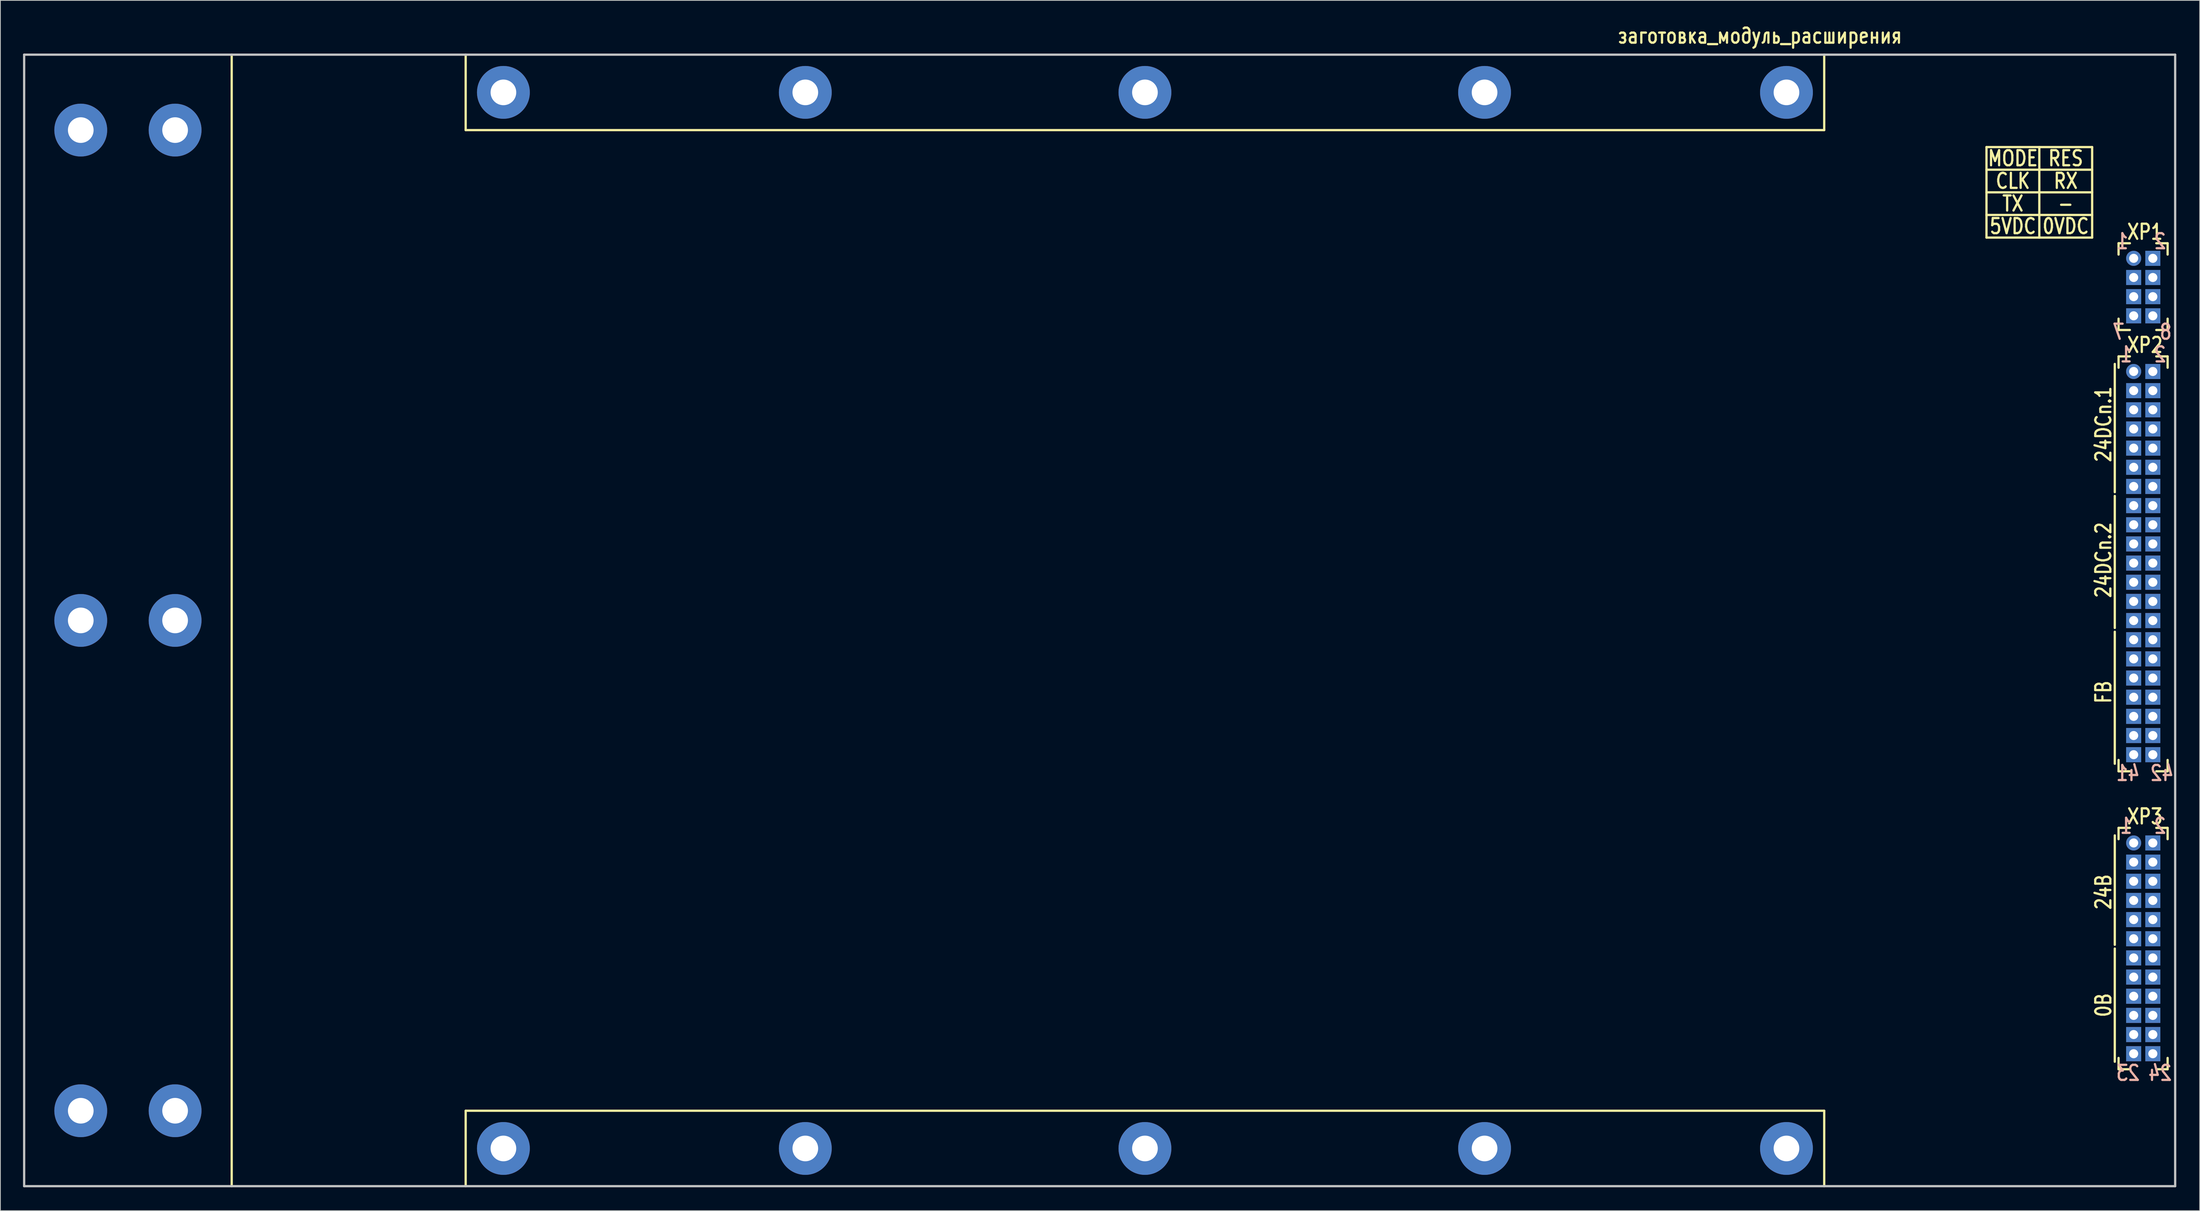
<source format=kicad_pcb>
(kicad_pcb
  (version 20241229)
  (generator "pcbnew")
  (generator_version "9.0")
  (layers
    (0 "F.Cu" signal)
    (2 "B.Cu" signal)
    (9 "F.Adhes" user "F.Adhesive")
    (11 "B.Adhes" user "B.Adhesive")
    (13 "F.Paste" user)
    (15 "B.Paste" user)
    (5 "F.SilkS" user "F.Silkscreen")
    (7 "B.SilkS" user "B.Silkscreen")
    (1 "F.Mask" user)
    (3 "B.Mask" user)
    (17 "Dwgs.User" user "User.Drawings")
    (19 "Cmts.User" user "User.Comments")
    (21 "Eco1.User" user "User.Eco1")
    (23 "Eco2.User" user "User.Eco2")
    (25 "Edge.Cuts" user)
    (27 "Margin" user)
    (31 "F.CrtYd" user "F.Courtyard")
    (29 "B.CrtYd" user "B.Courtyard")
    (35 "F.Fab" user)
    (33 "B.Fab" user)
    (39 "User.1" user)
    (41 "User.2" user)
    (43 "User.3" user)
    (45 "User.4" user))
  (footprint "заготовка_модуль_расширения"
    (layer "F.Cu")
    (at 285.15 154.196)
    (property "Reference" "заготовка_модуль_расширения" (at -55 -152.5 0) (layer "F.SilkS") (effects (font (size 2 1.6) (thickness 0.3))))
    (attr through_hole)
    (fp_line (start -257.5 -150) (end -257.5 0) (stroke (width 0.3) (type solid)) (layer "F.SilkS"))
    (fp_line (start -226.5 -150) (end -226.5 -140) (stroke (width 0.3) (type solid)) (layer "F.SilkS"))
    (fp_line (start -226.5 -140) (end -46.5 -140) (stroke (width 0.3) (type solid)) (layer "F.SilkS"))
    (fp_line (start -226.5 -10) (end -226.5 0) (stroke (width 0.3) (type solid)) (layer "F.SilkS"))
    (fp_line (start -46.5 -140) (end -46.5 -150) (stroke (width 0.3) (type solid)) (layer "F.SilkS"))
    (fp_line (start -46.5 -10) (end -226.5 -10) (stroke (width 0.3) (type solid)) (layer "F.SilkS"))
    (fp_line (start -46.5 0) (end -46.5 -10) (stroke (width 0.3) (type solid)) (layer "F.SilkS"))
    (fp_line (start -25 -137.75) (end -25 -125.75) (stroke (width 0.3) (type solid)) (layer "F.SilkS"))
    (fp_line (start -25 -137.75) (end -11 -137.75) (stroke (width 0.3) (type solid)) (layer "F.SilkS"))
    (fp_line (start -25 -134.75) (end -11 -134.75) (stroke (width 0.3) (type solid)) (layer "F.SilkS"))
    (fp_line (start -25 -131.75) (end -11 -131.75) (stroke (width 0.3) (type solid)) (layer "F.SilkS"))
    (fp_line (start -25 -128.75) (end -11 -128.75) (stroke (width 0.3) (type solid)) (layer "F.SilkS"))
    (fp_line (start -25 -125.75) (end -11 -125.75) (stroke (width 0.3) (type solid)) (layer "F.SilkS"))
    (fp_line (start -18 -137.75) (end -18 -125.75) (stroke (width 0.3) (type solid)) (layer "F.SilkS"))
    (fp_line (start -11 -137.75) (end -11 -125.75) (stroke (width 0.3) (type solid)) (layer "F.SilkS"))
    (fp_line (start -8 -109) (end -8 -92) (stroke (width 0.3) (type solid)) (layer "F.SilkS"))
    (fp_line (start -8 -91.5) (end -8 -74) (stroke (width 0.3) (type solid)) (layer "F.SilkS"))
    (fp_line (start -8 -73.5) (end -8 -56) (stroke (width 0.3) (type solid)) (layer "F.SilkS"))
    (fp_line (start -8 -46.5) (end -8 -32) (stroke (width 0.3) (type solid)) (layer "F.SilkS"))
    (fp_line (start -8 -31.5) (end -8 -16.5) (stroke (width 0.3) (type solid)) (layer "F.SilkS"))
    (fp_line (start -7.5 -125) (end -6 -125) (stroke (width 0.3) (type solid)) (layer "F.SilkS"))
    (fp_line (start -7.5 -123.5) (end -7.5 -125) (stroke (width 0.3) (type solid)) (layer "F.SilkS"))
    (fp_line (start -7.5 -113.5) (end -7.5 -115) (stroke (width 0.3) (type solid)) (layer "F.SilkS"))
    (fp_line (start -7.5 -110) (end -6 -110) (stroke (width 0.3) (type solid)) (layer "F.SilkS"))
    (fp_line (start -7.5 -108.5) (end -7.5 -110) (stroke (width 0.3) (type solid)) (layer "F.SilkS"))
    (fp_line (start -7.5 -55) (end -7.5 -56.5) (stroke (width 0.3) (type solid)) (layer "F.SilkS"))
    (fp_line (start -7.5 -47.5) (end -6 -47.5) (stroke (width 0.3) (type solid)) (layer "F.SilkS"))
    (fp_line (start -7.5 -46) (end -7.5 -47.5) (stroke (width 0.3) (type solid)) (layer "F.SilkS"))
    (fp_line (start -7.5 -15.5) (end -7.5 -17) (stroke (width 0.3) (type solid)) (layer "F.SilkS"))
    (fp_line (start -6 -113.5) (end -7.5 -113.5) (stroke (width 0.3) (type solid)) (layer "F.SilkS"))
    (fp_line (start -6 -55) (end -7.5 -55) (stroke (width 0.3) (type solid)) (layer "F.SilkS"))
    (fp_line (start -6 -15.5) (end -7.5 -15.5) (stroke (width 0.3) (type solid)) (layer "F.SilkS"))
    (fp_line (start -2.5 -125) (end -1 -125) (stroke (width 0.3) (type solid)) (layer "F.SilkS"))
    (fp_line (start -2.5 -113.5) (end -1 -113.5) (stroke (width 0.3) (type solid)) (layer "F.SilkS"))
    (fp_line (start -2.5 -110) (end -1 -110) (stroke (width 0.3) (type solid)) (layer "F.SilkS"))
    (fp_line (start -2.5 -47.5) (end -1 -47.5) (stroke (width 0.3) (type solid)) (layer "F.SilkS"))
    (fp_line (start -1 -123.5) (end -1 -125) (stroke (width 0.3) (type solid)) (layer "F.SilkS"))
    (fp_line (start -1 -113.5) (end -1 -115) (stroke (width 0.3) (type solid)) (layer "F.SilkS"))
    (fp_line (start -1 -108.5) (end -1 -110) (stroke (width 0.3) (type solid)) (layer "F.SilkS"))
    (fp_line (start -1 -56.5) (end -1 -55) (stroke (width 0.3) (type solid)) (layer "F.SilkS"))
    (fp_line (start -1 -55) (end -2.5 -55) (stroke (width 0.3) (type solid)) (layer "F.SilkS"))
    (fp_line (start -1 -46) (end -1 -47.5) (stroke (width 0.3) (type solid)) (layer "F.SilkS"))
    (fp_line (start -1 -17) (end -1 -15.5) (stroke (width 0.3) (type solid)) (layer "F.SilkS"))
    (fp_line (start -1 -15.5) (end -2.5 -15.5) (stroke (width 0.3) (type solid)) (layer "F.SilkS"))
    (fp_line (start -285 0) (end -285 -150) (stroke (width 0.3) (type solid)) (layer "Dwgs.User"))
    (fp_line (start -285 0) (end 0 0) (stroke (width 0.3) (type solid)) (layer "Dwgs.User"))
    (fp_line (start 0 -150) (end -285 -150) (stroke (width 0.3) (type solid)) (layer "Dwgs.User"))
    (fp_line (start 0 -150) (end 0 0) (stroke (width 0.3) (type solid)) (layer "Dwgs.User"))
    (fp_text user "24DCn.2" (at -9.5 -83 90) (layer "F.SilkS") (effects (font (size 2 1.6) (thickness 0.3))))
    (fp_text user "RES" (at -14.5 -136.25 0) (layer "F.SilkS") (effects (font (size 2 1.6) (thickness 0.3))))
    (fp_text user "0В" (at -9.5 -24 90) (layer "F.SilkS") (effects (font (size 2 1.6) (thickness 0.3))))
    (fp_text user "XP1" (at -4 -126.5 0) (layer "F.SilkS") (effects (font (size 2 1.6) (thickness 0.3))))
    (fp_text user "0VDC" (at -14.5 -127.25 0) (layer "F.SilkS") (effects (font (size 2 1.6) (thickness 0.3))))
    (fp_text user "XP2" (at -4 -111.5 0) (layer "F.SilkS") (effects (font (size 2 1.6) (thickness 0.3))))
    (fp_text user "-" (at -14.5 -130.25 0) (layer "F.SilkS") (effects (font (size 2 1.6) (thickness 0.3))))
    (fp_text user "TX" (at -21.5 -130.25 0) (layer "F.SilkS") (effects (font (size 2 1.6) (thickness 0.3))))
    (fp_text user "24В" (at -9.5 -39 90) (layer "F.SilkS") (effects (font (size 2 1.6) (thickness 0.3))))
    (fp_text user "RX" (at -14.5 -133.25 0) (layer "F.SilkS") (effects (font (size 2 1.6) (thickness 0.3))))
    (fp_text user "MODE" (at -21.5 -136.25 0) (layer "F.SilkS") (effects (font (size 2 1.6) (thickness 0.3))))
    (fp_text user "XP3" (at -4 -49 0) (layer "F.SilkS") (effects (font (size 2 1.6) (thickness 0.3))))
    (fp_text user "FB" (at -9.5 -65.5 90) (layer "F.SilkS") (effects (font (size 2 1.6) (thickness 0.3))))
    (fp_text user "CLK" (at -21.5 -133.25 0) (layer "F.SilkS") (effects (font (size 2 1.6) (thickness 0.3))))
    (fp_text user "5VDC" (at -21.5 -127.25 0) (layer "F.SilkS") (effects (font (size 2 1.6) (thickness 0.3))))
    (fp_text user "24DCn.1" (at -9.5 -101 90) (layer "F.SilkS") (effects (font (size 2 1.6) (thickness 0.3))))
    (fp_text user "1" (at -6.5 -47.75 0) (layer "B.SilkS") (effects (font (size 2 1.6) (thickness 0.3)) (justify mirror)))
    (fp_text user "42" (at -1.75 -54.75 0) (layer "B.SilkS") (effects (font (size 2 1.6) (thickness 0.3)) (justify mirror)))
    (fp_text user "1" (at -6.5 -110.25 0) (layer "B.SilkS") (effects (font (size 2 1.6) (thickness 0.3)) (justify mirror)))
    (fp_text user "2" (at -2 -125.25 0) (layer "B.SilkS") (effects (font (size 2 1.6) (thickness 0.3)) (justify mirror)))
    (fp_text user "7" (at -7.5 -113.25 0) (layer "B.SilkS") (effects (font (size 2 1.6) (thickness 0.3)) (justify mirror)))
    (fp_text user "2" (at -2 -47.75 0) (layer "B.SilkS") (effects (font (size 2 1.6) (thickness 0.3)) (justify mirror)))
    (fp_text user "2" (at -2 -110.25 0) (layer "B.SilkS") (effects (font (size 2 1.6) (thickness 0.3)) (justify mirror)))
    (fp_text user "41" (at -6.25 -54.75 0) (layer "B.SilkS") (effects (font (size 2 1.6) (thickness 0.3)) (justify mirror)))
    (fp_text user "1" (at -7 -125.25 0) (layer "B.SilkS") (effects (font (size 2 1.6) (thickness 0.3)) (justify mirror)))
    (fp_text user "8" (at -1.25 -113.25 0) (layer "B.SilkS") (effects (font (size 2 1.6) (thickness 0.3)) (justify mirror)))
    (fp_text user "24" (at -2 -15 0) (layer "B.SilkS") (effects (font (size 2 1.6) (thickness 0.3)) (justify mirror)))
    (fp_text user "23" (at -6.25 -15 0) (layer "B.SilkS") (effects (font (size 2 1.6) (thickness 0.3)) (justify mirror)))
    (pad "" thru_hole circle (at -277.5 -140) (size 7 7) (drill 3.4) (layers "*.Cu" "*.Mask"))
    (pad "" thru_hole circle (at -277.5 -75) (size 7 7) (drill 3.4) (layers "*.Cu" "*.Mask"))
    (pad "" thru_hole circle (at -277.5 -10) (size 7 7) (drill 3.4) (layers "*.Cu" "*.Mask"))
    (pad "" thru_hole circle (at -265 -140) (size 7 7) (drill 3.4) (layers "*.Cu" "*.Mask"))
    (pad "" thru_hole circle (at -265 -75) (size 7 7) (drill 3.4) (layers "*.Cu" "*.Mask"))
    (pad "" thru_hole circle (at -265 -10) (size 7 7) (drill 3.4) (layers "*.Cu" "*.Mask"))
    (pad "" thru_hole circle (at -221.5 -145) (size 7 7) (drill 3.4) (layers "*.Cu" "*.Mask"))
    (pad "" thru_hole circle (at -221.5 -5) (size 7 7) (drill 3.4) (layers "*.Cu" "*.Mask"))
    (pad "" thru_hole circle (at -181.5 -145) (size 7 7) (drill 3.4) (layers "*.Cu" "*.Mask"))
    (pad "" thru_hole circle (at -181.5 -5) (size 7 7) (drill 3.4) (layers "*.Cu" "*.Mask"))
    (pad "" thru_hole circle (at -136.5 -145) (size 7 7) (drill 3.4) (layers "*.Cu" "*.Mask"))
    (pad "" thru_hole circle (at -136.5 -5) (size 7 7) (drill 3.4) (layers "*.Cu" "*.Mask"))
    (pad "" thru_hole circle (at -91.5 -145) (size 7 7) (drill 3.4) (layers "*.Cu" "*.Mask"))
    (pad "" thru_hole circle (at -91.5 -5) (size 7 7) (drill 3.4) (layers "*.Cu" "*.Mask"))
    (pad "" thru_hole circle (at -51.5 -145) (size 7 7) (drill 3.4) (layers "*.Cu" "*.Mask"))
    (pad "" thru_hole circle (at -51.5 -5) (size 7 7) (drill 3.4) (layers "*.Cu" "*.Mask"))
    (pad "1" thru_hole circle (at -5.5 -123) (size 2 2) (drill 1.2) (layers "*.Cu" "*.Mask"))
    (pad "2" thru_hole rect (at -2.96 -123) (size 2 2) (drill 1.2) (layers "*.Cu" "*.Mask"))
    (pad "3" thru_hole rect (at -5.5 -120.46) (size 2 2) (drill 1.2) (layers "*.Cu" "*.Mask"))
    (pad "4" thru_hole rect (at -2.96 -120.46) (size 2 2) (drill 1.2) (layers "*.Cu" "*.Mask"))
    (pad "5" thru_hole rect (at -5.5 -117.92) (size 2 2) (drill 1.2) (layers "*.Cu" "*.Mask"))
    (pad "6" thru_hole rect (at -2.96 -117.92) (size 2 2) (drill 1.2) (layers "*.Cu" "*.Mask"))
    (pad "7" thru_hole rect (at -5.5 -115.38) (size 2 2) (drill 1.2) (layers "*.Cu" "*.Mask"))
    (pad "8" thru_hole rect (at -2.96 -115.38) (size 2 2) (drill 1.2) (layers "*.Cu" "*.Mask"))
    (pad "9" thru_hole circle (at -5.5 -108) (size 2 2) (drill 1.2) (layers "*.Cu" "*.Mask"))
    (pad "10" thru_hole rect (at -2.96 -108) (size 2 2) (drill 1.2) (layers "*.Cu" "*.Mask"))
    (pad "11" thru_hole rect (at -5.5 -105.46) (size 2 2) (drill 1.2) (layers "*.Cu" "*.Mask"))
    (pad "12" thru_hole rect (at -2.96 -105.46) (size 2 2) (drill 1.2) (layers "*.Cu" "*.Mask"))
    (pad "13" thru_hole rect (at -5.5 -102.92) (size 2 2) (drill 1.2) (layers "*.Cu" "*.Mask"))
    (pad "14" thru_hole rect (at -2.96 -102.92) (size 2 2) (drill 1.2) (layers "*.Cu" "*.Mask"))
    (pad "15" thru_hole rect (at -5.5 -100.38) (size 2 2) (drill 1.2) (layers "*.Cu" "*.Mask"))
    (pad "16" thru_hole rect (at -2.96 -100.38) (size 2 2) (drill 1.2) (layers "*.Cu" "*.Mask"))
    (pad "17" thru_hole rect (at -5.5 -97.84) (size 2 2) (drill 1.2) (layers "*.Cu" "*.Mask"))
    (pad "18" thru_hole rect (at -2.96 -97.84) (size 2 2) (drill 1.2) (layers "*.Cu" "*.Mask"))
    (pad "19" thru_hole rect (at -5.5 -95.3) (size 2 2) (drill 1.2) (layers "*.Cu" "*.Mask"))
    (pad "20" thru_hole rect (at -2.96 -95.3) (size 2 2) (drill 1.2) (layers "*.Cu" "*.Mask"))
    (pad "21" thru_hole rect (at -5.5 -92.76) (size 2 2) (drill 1.2) (layers "*.Cu" "*.Mask"))
    (pad "22" thru_hole rect (at -2.96 -92.76) (size 2 2) (drill 1.2) (layers "*.Cu" "*.Mask"))
    (pad "23" thru_hole rect (at -5.5 -90.22) (size 2 2) (drill 1.2) (layers "*.Cu" "*.Mask"))
    (pad "24" thru_hole rect (at -2.96 -90.22) (size 2 2) (drill 1.2) (layers "*.Cu" "*.Mask"))
    (pad "25" thru_hole rect (at -5.5 -87.68) (size 2 2) (drill 1.2) (layers "*.Cu" "*.Mask"))
    (pad "26" thru_hole rect (at -2.96 -87.68) (size 2 2) (drill 1.2) (layers "*.Cu" "*.Mask"))
    (pad "27" thru_hole rect (at -5.5 -85.14) (size 2 2) (drill 1.2) (layers "*.Cu" "*.Mask"))
    (pad "28" thru_hole rect (at -2.96 -85.14) (size 2 2) (drill 1.2) (layers "*.Cu" "*.Mask"))
    (pad "29" thru_hole rect (at -5.5 -82.6) (size 2 2) (drill 1.2) (layers "*.Cu" "*.Mask"))
    (pad "30" thru_hole rect (at -2.96 -82.6) (size 2 2) (drill 1.2) (layers "*.Cu" "*.Mask"))
    (pad "31" thru_hole rect (at -5.5 -80.06) (size 2 2) (drill 1.2) (layers "*.Cu" "*.Mask"))
    (pad "32" thru_hole rect (at -2.96 -80.06) (size 2 2) (drill 1.2) (layers "*.Cu" "*.Mask"))
    (pad "33" thru_hole rect (at -5.5 -77.52) (size 2 2) (drill 1.2) (layers "*.Cu" "*.Mask"))
    (pad "34" thru_hole rect (at -2.96 -77.52) (size 2 2) (drill 1.2) (layers "*.Cu" "*.Mask"))
    (pad "35" thru_hole rect (at -5.5 -74.98) (size 2 2) (drill 1.2) (layers "*.Cu" "*.Mask"))
    (pad "36" thru_hole rect (at -2.96 -74.98) (size 2 2) (drill 1.2) (layers "*.Cu" "*.Mask"))
    (pad "37" thru_hole rect (at -5.5 -72.44) (size 2 2) (drill 1.2) (layers "*.Cu" "*.Mask"))
    (pad "38" thru_hole rect (at -2.96 -72.44) (size 2 2) (drill 1.2) (layers "*.Cu" "*.Mask"))
    (pad "39" thru_hole rect (at -5.5 -69.9) (size 2 2) (drill 1.2) (layers "*.Cu" "*.Mask"))
    (pad "40" thru_hole rect (at -2.96 -69.9) (size 2 2) (drill 1.2) (layers "*.Cu" "*.Mask"))
    (pad "41" thru_hole rect (at -5.5 -67.36) (size 2 2) (drill 1.2) (layers "*.Cu" "*.Mask"))
    (pad "42" thru_hole rect (at -2.96 -67.36) (size 2 2) (drill 1.2) (layers "*.Cu" "*.Mask"))
    (pad "43" thru_hole rect (at -5.5 -64.82) (size 2 2) (drill 1.2) (layers "*.Cu" "*.Mask"))
    (pad "44" thru_hole rect (at -2.96 -64.82) (size 2 2) (drill 1.2) (layers "*.Cu" "*.Mask"))
    (pad "45" thru_hole rect (at -5.5 -62.28) (size 2 2) (drill 1.2) (layers "*.Cu" "*.Mask"))
    (pad "46" thru_hole rect (at -2.96 -62.28) (size 2 2) (drill 1.2) (layers "*.Cu" "*.Mask"))
    (pad "47" thru_hole rect (at -5.5 -59.74) (size 2 2) (drill 1.2) (layers "*.Cu" "*.Mask"))
    (pad "48" thru_hole rect (at -2.96 -59.74) (size 2 2) (drill 1.2) (layers "*.Cu" "*.Mask"))
    (pad "49" thru_hole rect (at -5.5 -57.2) (size 2 2) (drill 1.2) (layers "*.Cu" "*.Mask"))
    (pad "50" thru_hole rect (at -2.96 -57.2) (size 2 2) (drill 1.2) (layers "*.Cu" "*.Mask"))
    (pad "57" thru_hole circle (at -5.5 -45.5) (size 2 2) (drill 1.2) (layers "*.Cu" "*.Mask"))
    (pad "58" thru_hole rect (at -2.96 -45.5) (size 2 2) (drill 1.2) (layers "*.Cu" "*.Mask"))
    (pad "59" thru_hole rect (at -5.5 -42.96) (size 2 2) (drill 1.2) (layers "*.Cu" "*.Mask"))
    (pad "60" thru_hole rect (at -2.96 -42.96) (size 2 2) (drill 1.2) (layers "*.Cu" "*.Mask"))
    (pad "61" thru_hole rect (at -5.5 -40.42) (size 2 2) (drill 1.2) (layers "*.Cu" "*.Mask"))
    (pad "62" thru_hole rect (at -2.96 -40.42) (size 2 2) (drill 1.2) (layers "*.Cu" "*.Mask"))
    (pad "63" thru_hole rect (at -5.5 -37.88) (size 2 2) (drill 1.2) (layers "*.Cu" "*.Mask"))
    (pad "64" thru_hole rect (at -2.96 -37.88) (size 2 2) (drill 1.2) (layers "*.Cu" "*.Mask"))
    (pad "65" thru_hole rect (at -5.5 -35.34) (size 2 2) (drill 1.2) (layers "*.Cu" "*.Mask"))
    (pad "66" thru_hole rect (at -2.96 -35.34) (size 2 2) (drill 1.2) (layers "*.Cu" "*.Mask"))
    (pad "67" thru_hole rect (at -5.5 -32.8) (size 2 2) (drill 1.2) (layers "*.Cu" "*.Mask"))
    (pad "68" thru_hole rect (at -2.96 -32.8) (size 2 2) (drill 1.2) (layers "*.Cu" "*.Mask"))
    (pad "69" thru_hole rect (at -5.5 -30.26) (size 2 2) (drill 1.2) (layers "*.Cu" "*.Mask"))
    (pad "70" thru_hole rect (at -2.96 -30.26) (size 2 2) (drill 1.2) (layers "*.Cu" "*.Mask"))
    (pad "71" thru_hole rect (at -5.5 -27.72) (size 2 2) (drill 1.2) (layers "*.Cu" "*.Mask"))
    (pad "72" thru_hole rect (at -2.96 -27.72) (size 2 2) (drill 1.2) (layers "*.Cu" "*.Mask"))
    (pad "73" thru_hole rect (at -5.5 -25.18) (size 2 2) (drill 1.2) (layers "*.Cu" "*.Mask"))
    (pad "74" thru_hole rect (at -2.96 -25.18) (size 2 2) (drill 1.2) (layers "*.Cu" "*.Mask"))
    (pad "75" thru_hole rect (at -5.5 -22.64) (size 2 2) (drill 1.2) (layers "*.Cu" "*.Mask"))
    (pad "76" thru_hole rect (at -2.96 -22.64) (size 2 2) (drill 1.2) (layers "*.Cu" "*.Mask"))
    (pad "77" thru_hole rect (at -5.5 -20.1) (size 2 2) (drill 1.2) (layers "*.Cu" "*.Mask"))
    (pad "78" thru_hole rect (at -2.96 -20.1) (size 2 2) (drill 1.2) (layers "*.Cu" "*.Mask"))
    (pad "79" thru_hole rect (at -5.5 -17.56) (size 2 2) (drill 1.2) (layers "*.Cu" "*.Mask"))
    (pad "80" thru_hole rect (at -2.96 -17.56) (size 2 2) (drill 1.2) (layers "*.Cu" "*.Mask")))
  (gr_rect
    (start -3 -3)
    (end 288.4 157.446)
    (stroke (width 0.1) (type default))
    (fill no)
    (layer "Edge.Cuts")))
</source>
